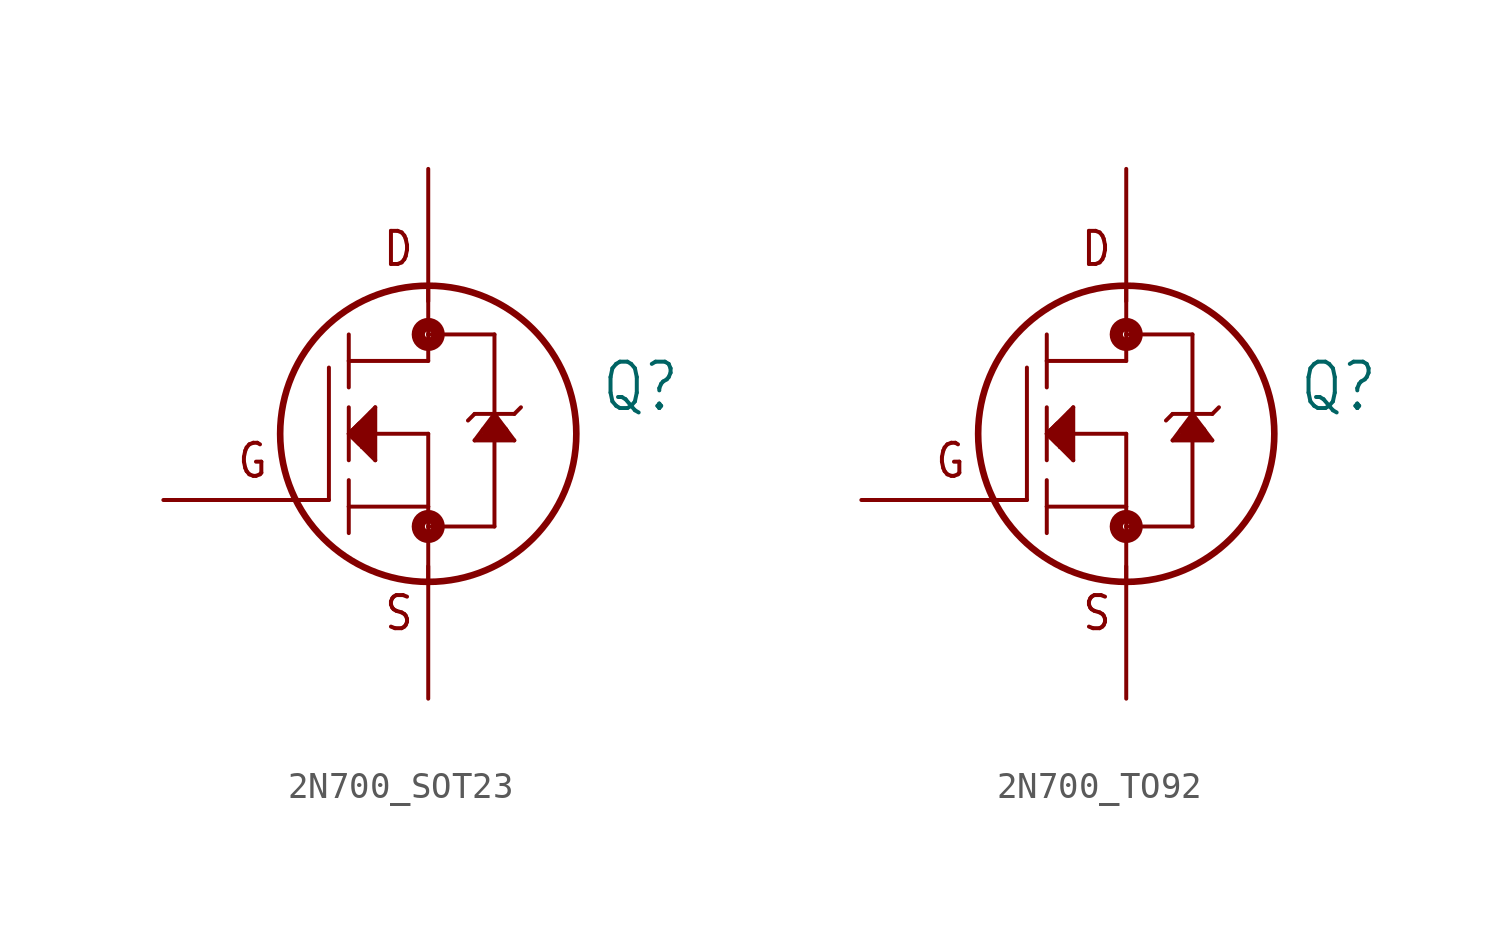
<source format=kicad_sym>
(kicad_symbol_lib
  (version 20220914)
  (generator kicad_symbol_editor)
  (symbol "2N700_SOT23"
    (property "Reference" "Q"
      (at 6.604 0.762 0)
      (effects (font (size 1.778 1.511)) (justify left bottom)))
    (property "Value" ""
      (at 6.604 -1.524 0)
      (effects (font (size 1.778 1.511)) (justify left bottom)))
    (property "ki_locked" ""
      (at 0 0 0)
      (effects (font (size 1.27 1.27))))
    (symbol "2N700_SOT23_1_0"
      (circle (center 0 -3.556) (radius 0.127) (stroke (width 0.508) (type solid)) (fill (type none)))
      (polyline (pts (xy -5.08 -2.54) (xy -3.81 -2.54)) (stroke (width 0.152) (type solid)) (fill (type none)))
      (polyline (pts (xy -3.81 -2.54) (xy -3.81 2.54)) (stroke (width 0.152) (type solid)) (fill (type none)))
      (polyline (pts (xy -3.048 -2.794) (xy -3.048 -3.81)) (stroke (width 0.152) (type solid)) (fill (type none)))
      (polyline (pts (xy -3.048 -2.794) (xy 0 -2.794)) (stroke (width 0.152) (type solid)) (fill (type none)))
      (polyline (pts (xy -3.048 -1.778) (xy -3.048 -2.794)) (stroke (width 0.152) (type solid)) (fill (type none)))
      (polyline (pts (xy -3.048 0) (xy -3.048 -1.016)) (stroke (width 0.152) (type solid)) (fill (type none)))
      (polyline (pts (xy -3.048 0) (xy -2.032 1.016)) (stroke (width 0.152) (type solid)) (fill (type none)))
      (polyline (pts (xy -3.048 1.016) (xy -3.048 0)) (stroke (width 0.152) (type solid)) (fill (type none)))
      (polyline (pts (xy -3.048 1.778) (xy -3.048 2.794)) (stroke (width 0.152) (type solid)) (fill (type none)))
      (polyline (pts (xy -3.048 2.794) (xy -3.048 3.81)) (stroke (width 0.152) (type solid)) (fill (type none)))
      (polyline (pts (xy -3.048 2.794) (xy 0 2.794)) (stroke (width 0.152) (type solid)) (fill (type none)))
      (polyline (pts (xy -2.794 0) (xy -2.54 0.254)) (stroke (width 0.508) (type solid)) (fill (type none)))
      (polyline (pts (xy -2.54 -0.508) (xy -3.048 0)) (stroke (width 0.152) (type solid)) (fill (type none)))
      (polyline (pts (xy -2.54 -0.508) (xy -2.54 -0.254)) (stroke (width 0.152) (type solid)) (fill (type none)))
      (polyline (pts (xy -2.54 -0.254) (xy -2.794 0)) (stroke (width 0.508) (type solid)) (fill (type none)))
      (polyline (pts (xy -2.413 0.381) (xy -2.413 -0.381)) (stroke (width 0.381) (type solid)) (fill (type none)))
      (polyline (pts (xy -2.286 0.508) (xy -2.286 -0.508)) (stroke (width 0.305) (type solid)) (fill (type none)))
      (polyline (pts (xy -2.159 -0.762) (xy -2.159 0.762)) (stroke (width 0.305) (type solid)) (fill (type none)))
      (polyline (pts (xy -2.032 -1.016) (xy -2.54 -0.508)) (stroke (width 0.152) (type solid)) (fill (type none)))
      (polyline (pts (xy -2.032 0) (xy -2.032 -1.016)) (stroke (width 0.152) (type solid)) (fill (type none)))
      (polyline (pts (xy -2.032 0) (xy 0 0)) (stroke (width 0.152) (type solid)) (fill (type none)))
      (polyline (pts (xy -2.032 1.016) (xy -2.032 0)) (stroke (width 0.152) (type solid)) (fill (type none)))
      (polyline (pts (xy 0 -3.556) (xy 0 -5.588)) (stroke (width 0.152) (type solid)) (fill (type none)))
      (polyline (pts (xy 0 -2.794) (xy 0 -3.556)) (stroke (width 0.152) (type solid)) (fill (type none)))
      (polyline (pts (xy 0 0) (xy 0 -2.794)) (stroke (width 0.152) (type solid)) (fill (type none)))
      (polyline (pts (xy 0 2.794) (xy 0 3.81)) (stroke (width 0.152) (type solid)) (fill (type none)))
      (polyline (pts (xy 0 3.81) (xy 0 5.588)) (stroke (width 0.152) (type solid)) (fill (type none)))
      (polyline (pts (xy 0 3.81) (xy 2.54 3.81)) (stroke (width 0.152) (type solid)) (fill (type none)))
      (polyline (pts (xy 1.778 -0.254) (xy 3.302 -0.254)) (stroke (width 0.152) (type solid)) (fill (type none)))
      (polyline (pts (xy 1.778 0.762) (xy 1.524 0.508)) (stroke (width 0.152) (type solid)) (fill (type none)))
      (polyline (pts (xy 2.159 0.127) (xy 2.54 0.127)) (stroke (width 0.305) (type solid)) (fill (type none)))
      (polyline (pts (xy 2.286 0.254) (xy 2.413 0.381)) (stroke (width 0.305) (type solid)) (fill (type none)))
      (polyline (pts (xy 2.54 -3.556) (xy 0 -3.556)) (stroke (width 0.152) (type solid)) (fill (type none)))
      (polyline (pts (xy 2.54 -0.127) (xy 2.032 -0.127)) (stroke (width 0.305) (type solid)) (fill (type none)))
      (polyline (pts (xy 2.54 -0.127) (xy 2.54 -3.556)) (stroke (width 0.152) (type solid)) (fill (type none)))
      (polyline (pts (xy 2.54 -0.127) (xy 3.048 -0.127)) (stroke (width 0.305) (type solid)) (fill (type none)))
      (polyline (pts (xy 2.54 0.127) (xy 2.54 -0.127)) (stroke (width 0.203) (type solid)) (fill (type none)))
      (polyline (pts (xy 2.54 0.127) (xy 2.921 0.127)) (stroke (width 0.305) (type solid)) (fill (type none)))
      (polyline (pts (xy 2.54 0.508) (xy 2.54 0.127)) (stroke (width 0.305) (type solid)) (fill (type none)))
      (polyline (pts (xy 2.54 0.762) (xy 1.778 -0.254)) (stroke (width 0.152) (type solid)) (fill (type none)))
      (polyline (pts (xy 2.54 0.762) (xy 1.778 0.762)) (stroke (width 0.152) (type solid)) (fill (type none)))
      (polyline (pts (xy 2.54 0.762) (xy 2.54 0.508)) (stroke (width 0.203) (type solid)) (fill (type none)))
      (polyline (pts (xy 2.54 0.762) (xy 3.302 0.762)) (stroke (width 0.152) (type solid)) (fill (type none)))
      (polyline (pts (xy 2.54 3.81) (xy 2.54 0.762)) (stroke (width 0.152) (type solid)) (fill (type none)))
      (polyline (pts (xy 2.921 0.127) (xy 2.54 0.508)) (stroke (width 0.305) (type solid)) (fill (type none)))
      (polyline (pts (xy 3.302 -0.254) (xy 2.54 0.762)) (stroke (width 0.152) (type solid)) (fill (type none)))
      (polyline (pts (xy 3.302 0.762) (xy 3.556 1.016)) (stroke (width 0.152) (type solid)) (fill (type none)))
      (circle (center 0 0) (radius 5.68) (stroke (width 0.254) (type solid)) (fill (type none)))
      (circle (center 0 3.81) (radius 0.127) (stroke (width 0.508) (type solid)) (fill (type none)))
      (text "D" (at -0.508 6.35 0) (effects (font (size 1.27 1.079)) (justify right bottom)))
      (text "G" (at -6.096 -1.778 0) (effects (font (size 1.27 1.079)) (justify right bottom)))
      (text "S" (at -0.508 -7.62 0) (effects (font (size 1.27 1.079)) (justify right bottom)))
      (pin tri_state line (at -10.16 -2.54 0) (length 5.08) (name "G" (effects (font (size 0 0)))) (number "1" (effects (font (size 0 0)))))
      (pin bidirectional line (at 0 -10.16 90) (length 5.08) (name "S" (effects (font (size 0 0)))) (number "2" (effects (font (size 0 0)))))
      (pin bidirectional line (at 0 10.16 270) (length 5.08) (name "D" (effects (font (size 0 0)))) (number "3" (effects (font (size 0 0)))))))
  (symbol "2N700_TO92"
    (property "Reference" "Q"
      (at 6.604 0.762 0)
      (effects (font (size 1.778 1.511)) (justify left bottom)))
    (property "Value" ""
      (at 6.604 -1.524 0)
      (effects (font (size 1.778 1.511)) (justify left bottom)))
    (property "ki_locked" ""
      (at 0 0 0)
      (effects (font (size 1.27 1.27))))
    (symbol "2N700_TO92_1_0"
      (circle (center 0 -3.556) (radius 0.127) (stroke (width 0.508) (type solid)) (fill (type none)))
      (polyline (pts (xy -5.08 -2.54) (xy -3.81 -2.54)) (stroke (width 0.152) (type solid)) (fill (type none)))
      (polyline (pts (xy -3.81 -2.54) (xy -3.81 2.54)) (stroke (width 0.152) (type solid)) (fill (type none)))
      (polyline (pts (xy -3.048 -2.794) (xy -3.048 -3.81)) (stroke (width 0.152) (type solid)) (fill (type none)))
      (polyline (pts (xy -3.048 -2.794) (xy 0 -2.794)) (stroke (width 0.152) (type solid)) (fill (type none)))
      (polyline (pts (xy -3.048 -1.778) (xy -3.048 -2.794)) (stroke (width 0.152) (type solid)) (fill (type none)))
      (polyline (pts (xy -3.048 0) (xy -3.048 -1.016)) (stroke (width 0.152) (type solid)) (fill (type none)))
      (polyline (pts (xy -3.048 0) (xy -2.032 1.016)) (stroke (width 0.152) (type solid)) (fill (type none)))
      (polyline (pts (xy -3.048 1.016) (xy -3.048 0)) (stroke (width 0.152) (type solid)) (fill (type none)))
      (polyline (pts (xy -3.048 1.778) (xy -3.048 2.794)) (stroke (width 0.152) (type solid)) (fill (type none)))
      (polyline (pts (xy -3.048 2.794) (xy -3.048 3.81)) (stroke (width 0.152) (type solid)) (fill (type none)))
      (polyline (pts (xy -3.048 2.794) (xy 0 2.794)) (stroke (width 0.152) (type solid)) (fill (type none)))
      (polyline (pts (xy -2.794 0) (xy -2.54 0.254)) (stroke (width 0.508) (type solid)) (fill (type none)))
      (polyline (pts (xy -2.54 -0.508) (xy -3.048 0)) (stroke (width 0.152) (type solid)) (fill (type none)))
      (polyline (pts (xy -2.54 -0.508) (xy -2.54 -0.254)) (stroke (width 0.152) (type solid)) (fill (type none)))
      (polyline (pts (xy -2.54 -0.254) (xy -2.794 0)) (stroke (width 0.508) (type solid)) (fill (type none)))
      (polyline (pts (xy -2.413 0.381) (xy -2.413 -0.381)) (stroke (width 0.381) (type solid)) (fill (type none)))
      (polyline (pts (xy -2.286 0.508) (xy -2.286 -0.508)) (stroke (width 0.305) (type solid)) (fill (type none)))
      (polyline (pts (xy -2.159 -0.762) (xy -2.159 0.762)) (stroke (width 0.305) (type solid)) (fill (type none)))
      (polyline (pts (xy -2.032 -1.016) (xy -2.54 -0.508)) (stroke (width 0.152) (type solid)) (fill (type none)))
      (polyline (pts (xy -2.032 0) (xy -2.032 -1.016)) (stroke (width 0.152) (type solid)) (fill (type none)))
      (polyline (pts (xy -2.032 0) (xy 0 0)) (stroke (width 0.152) (type solid)) (fill (type none)))
      (polyline (pts (xy -2.032 1.016) (xy -2.032 0)) (stroke (width 0.152) (type solid)) (fill (type none)))
      (polyline (pts (xy 0 -3.556) (xy 0 -5.588)) (stroke (width 0.152) (type solid)) (fill (type none)))
      (polyline (pts (xy 0 -2.794) (xy 0 -3.556)) (stroke (width 0.152) (type solid)) (fill (type none)))
      (polyline (pts (xy 0 0) (xy 0 -2.794)) (stroke (width 0.152) (type solid)) (fill (type none)))
      (polyline (pts (xy 0 2.794) (xy 0 3.81)) (stroke (width 0.152) (type solid)) (fill (type none)))
      (polyline (pts (xy 0 3.81) (xy 0 5.588)) (stroke (width 0.152) (type solid)) (fill (type none)))
      (polyline (pts (xy 0 3.81) (xy 2.54 3.81)) (stroke (width 0.152) (type solid)) (fill (type none)))
      (polyline (pts (xy 1.778 -0.254) (xy 3.302 -0.254)) (stroke (width 0.152) (type solid)) (fill (type none)))
      (polyline (pts (xy 1.778 0.762) (xy 1.524 0.508)) (stroke (width 0.152) (type solid)) (fill (type none)))
      (polyline (pts (xy 2.159 0.127) (xy 2.54 0.127)) (stroke (width 0.305) (type solid)) (fill (type none)))
      (polyline (pts (xy 2.286 0.254) (xy 2.413 0.381)) (stroke (width 0.305) (type solid)) (fill (type none)))
      (polyline (pts (xy 2.54 -3.556) (xy 0 -3.556)) (stroke (width 0.152) (type solid)) (fill (type none)))
      (polyline (pts (xy 2.54 -0.127) (xy 2.032 -0.127)) (stroke (width 0.305) (type solid)) (fill (type none)))
      (polyline (pts (xy 2.54 -0.127) (xy 2.54 -3.556)) (stroke (width 0.152) (type solid)) (fill (type none)))
      (polyline (pts (xy 2.54 -0.127) (xy 3.048 -0.127)) (stroke (width 0.305) (type solid)) (fill (type none)))
      (polyline (pts (xy 2.54 0.127) (xy 2.54 -0.127)) (stroke (width 0.203) (type solid)) (fill (type none)))
      (polyline (pts (xy 2.54 0.127) (xy 2.921 0.127)) (stroke (width 0.305) (type solid)) (fill (type none)))
      (polyline (pts (xy 2.54 0.508) (xy 2.54 0.127)) (stroke (width 0.305) (type solid)) (fill (type none)))
      (polyline (pts (xy 2.54 0.762) (xy 1.778 -0.254)) (stroke (width 0.152) (type solid)) (fill (type none)))
      (polyline (pts (xy 2.54 0.762) (xy 1.778 0.762)) (stroke (width 0.152) (type solid)) (fill (type none)))
      (polyline (pts (xy 2.54 0.762) (xy 2.54 0.508)) (stroke (width 0.203) (type solid)) (fill (type none)))
      (polyline (pts (xy 2.54 0.762) (xy 3.302 0.762)) (stroke (width 0.152) (type solid)) (fill (type none)))
      (polyline (pts (xy 2.54 3.81) (xy 2.54 0.762)) (stroke (width 0.152) (type solid)) (fill (type none)))
      (polyline (pts (xy 2.921 0.127) (xy 2.54 0.508)) (stroke (width 0.305) (type solid)) (fill (type none)))
      (polyline (pts (xy 3.302 -0.254) (xy 2.54 0.762)) (stroke (width 0.152) (type solid)) (fill (type none)))
      (polyline (pts (xy 3.302 0.762) (xy 3.556 1.016)) (stroke (width 0.152) (type solid)) (fill (type none)))
      (circle (center 0 0) (radius 5.68) (stroke (width 0.254) (type solid)) (fill (type none)))
      (circle (center 0 3.81) (radius 0.127) (stroke (width 0.508) (type solid)) (fill (type none)))
      (text "D" (at -0.508 6.35 0) (effects (font (size 1.27 1.079)) (justify right bottom)))
      (text "G" (at -6.096 -1.778 0) (effects (font (size 1.27 1.079)) (justify right bottom)))
      (text "S" (at -0.508 -7.62 0) (effects (font (size 1.27 1.079)) (justify right bottom)))
      (pin bidirectional line (at 0 -10.16 90) (length 5.08) (name "S" (effects (font (size 0 0)))) (number "1" (effects (font (size 0 0)))))
      (pin tri_state line (at -10.16 -2.54 0) (length 5.08) (name "G" (effects (font (size 0 0)))) (number "2" (effects (font (size 0 0)))))
      (pin bidirectional line (at 0 10.16 270) (length 5.08) (name "D" (effects (font (size 0 0)))) (number "3" (effects (font (size 0 0))))))))
</source>
